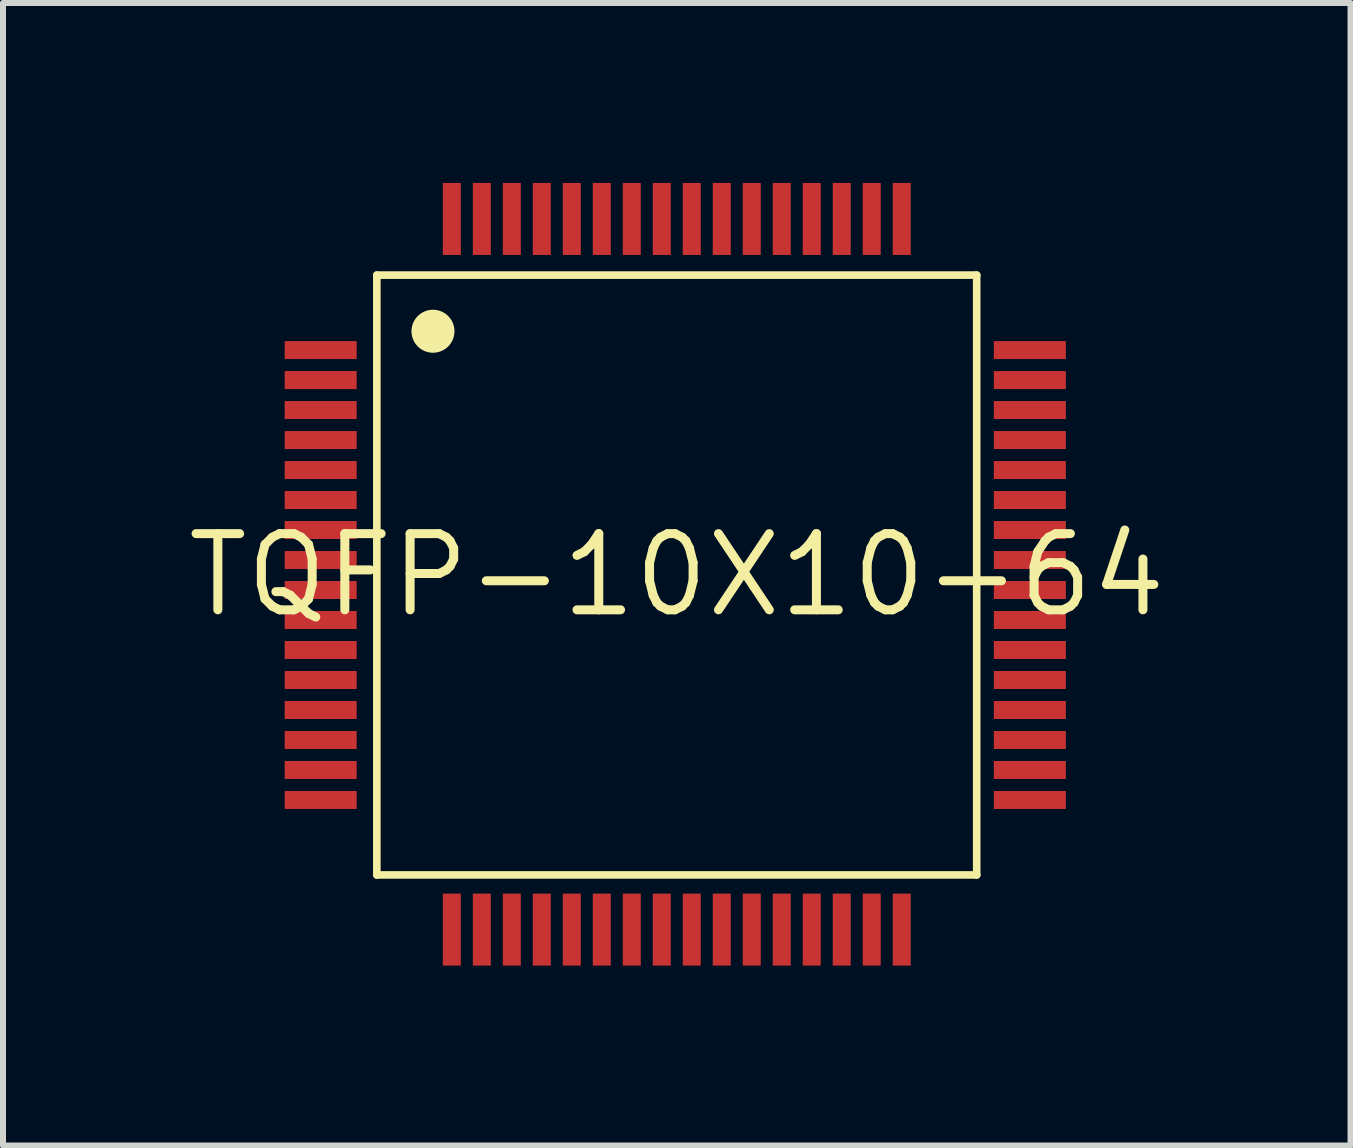
<source format=kicad_pcb>
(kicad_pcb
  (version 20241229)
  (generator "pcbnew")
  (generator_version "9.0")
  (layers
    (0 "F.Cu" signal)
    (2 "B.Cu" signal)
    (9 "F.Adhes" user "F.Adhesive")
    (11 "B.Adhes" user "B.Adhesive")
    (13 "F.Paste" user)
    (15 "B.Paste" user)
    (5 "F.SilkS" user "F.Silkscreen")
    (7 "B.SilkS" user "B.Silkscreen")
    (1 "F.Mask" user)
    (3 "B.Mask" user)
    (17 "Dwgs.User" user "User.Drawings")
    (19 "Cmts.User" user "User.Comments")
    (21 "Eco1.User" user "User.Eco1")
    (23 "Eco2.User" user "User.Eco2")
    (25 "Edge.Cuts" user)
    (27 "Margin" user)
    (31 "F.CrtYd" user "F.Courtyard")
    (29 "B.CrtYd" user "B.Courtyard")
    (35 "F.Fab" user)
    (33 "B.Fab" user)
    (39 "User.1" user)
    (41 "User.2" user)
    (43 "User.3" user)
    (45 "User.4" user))
  (footprint "TQFP-10X10-64"
    (layer "F.Cu")
    (at 8.232 6.536)
    (property "Reference" "TQFP-10X10-64" (at 0 0 0) (layer "F.SilkS") (effects (font (size 1.27 1.27) (thickness 0.15))))
    (fp_poly (pts (xy -5.336 -3.9) (xy -6.536 -3.9) (xy -6.536 -3.6) (xy -5.336 -3.6)) (stroke (width 0) (type default)) (fill yes) (layer "F.Mask"))
    (fp_poly (pts (xy -5.336 -3.4) (xy -6.536 -3.4) (xy -6.536 -3.1) (xy -5.336 -3.1)) (stroke (width 0) (type default)) (fill yes) (layer "F.Mask"))
    (fp_poly (pts (xy -5.336 -2.9) (xy -6.536 -2.9) (xy -6.536 -2.6) (xy -5.336 -2.6)) (stroke (width 0) (type default)) (fill yes) (layer "F.Mask"))
    (fp_poly (pts (xy -5.336 -2.4) (xy -6.536 -2.4) (xy -6.536 -2.1) (xy -5.336 -2.1)) (stroke (width 0) (type default)) (fill yes) (layer "F.Mask"))
    (fp_poly (pts (xy -5.336 -1.9) (xy -6.536 -1.9) (xy -6.536 -1.6) (xy -5.336 -1.6)) (stroke (width 0) (type default)) (fill yes) (layer "F.Mask"))
    (fp_poly (pts (xy -5.336 -1.4) (xy -6.536 -1.4) (xy -6.536 -1.1) (xy -5.336 -1.1)) (stroke (width 0) (type default)) (fill yes) (layer "F.Mask"))
    (fp_poly (pts (xy -5.336 -0.9) (xy -6.536 -0.9) (xy -6.536 -0.6) (xy -5.336 -0.6)) (stroke (width 0) (type default)) (fill yes) (layer "F.Mask"))
    (fp_poly (pts (xy -5.336 -0.4) (xy -6.536 -0.4) (xy -6.536 -0.1) (xy -5.336 -0.1)) (stroke (width 0) (type default)) (fill yes) (layer "F.Mask"))
    (fp_poly (pts (xy -5.336 0.1) (xy -6.536 0.1) (xy -6.536 0.4) (xy -5.336 0.4)) (stroke (width 0) (type default)) (fill yes) (layer "F.Mask"))
    (fp_poly (pts (xy -5.336 0.6) (xy -6.536 0.6) (xy -6.536 0.9) (xy -5.336 0.9)) (stroke (width 0) (type default)) (fill yes) (layer "F.Mask"))
    (fp_poly (pts (xy -5.336 1.1) (xy -6.536 1.1) (xy -6.536 1.4) (xy -5.336 1.4)) (stroke (width 0) (type default)) (fill yes) (layer "F.Mask"))
    (fp_poly (pts (xy -5.336 1.6) (xy -6.536 1.6) (xy -6.536 1.9) (xy -5.336 1.9)) (stroke (width 0) (type default)) (fill yes) (layer "F.Mask"))
    (fp_poly (pts (xy -5.336 2.1) (xy -6.536 2.1) (xy -6.536 2.4) (xy -5.336 2.4)) (stroke (width 0) (type default)) (fill yes) (layer "F.Mask"))
    (fp_poly (pts (xy -5.336 2.6) (xy -6.536 2.6) (xy -6.536 2.9) (xy -5.336 2.9)) (stroke (width 0) (type default)) (fill yes) (layer "F.Mask"))
    (fp_poly (pts (xy -5.336 3.1) (xy -6.536 3.1) (xy -6.536 3.4) (xy -5.336 3.4)) (stroke (width 0) (type default)) (fill yes) (layer "F.Mask"))
    (fp_poly (pts (xy -5.336 3.6) (xy -6.536 3.6) (xy -6.536 3.9) (xy -5.336 3.9)) (stroke (width 0) (type default)) (fill yes) (layer "F.Mask"))
    (fp_poly (pts (xy -3.9 5.311) (xy -3.6 5.311) (xy -3.6 6.511) (xy -3.9 6.511)) (stroke (width 0) (type default)) (fill yes) (layer "F.Mask"))
    (fp_poly (pts (xy -3.6 -5.336) (xy -3.9 -5.336) (xy -3.9 -6.536) (xy -3.6 -6.536)) (stroke (width 0) (type default)) (fill yes) (layer "F.Mask"))
    (fp_poly (pts (xy -3.4 5.311) (xy -3.1 5.311) (xy -3.1 6.511) (xy -3.4 6.511)) (stroke (width 0) (type default)) (fill yes) (layer "F.Mask"))
    (fp_poly (pts (xy -3.1 -5.336) (xy -3.4 -5.336) (xy -3.4 -6.536) (xy -3.1 -6.536)) (stroke (width 0) (type default)) (fill yes) (layer "F.Mask"))
    (fp_poly (pts (xy -2.9 5.311) (xy -2.6 5.311) (xy -2.6 6.511) (xy -2.9 6.511)) (stroke (width 0) (type default)) (fill yes) (layer "F.Mask"))
    (fp_poly (pts (xy -2.6 -5.336) (xy -2.9 -5.336) (xy -2.9 -6.536) (xy -2.6 -6.536)) (stroke (width 0) (type default)) (fill yes) (layer "F.Mask"))
    (fp_poly (pts (xy -2.4 5.311) (xy -2.1 5.311) (xy -2.1 6.511) (xy -2.4 6.511)) (stroke (width 0) (type default)) (fill yes) (layer "F.Mask"))
    (fp_poly (pts (xy -2.1 -5.336) (xy -2.4 -5.336) (xy -2.4 -6.536) (xy -2.1 -6.536)) (stroke (width 0) (type default)) (fill yes) (layer "F.Mask"))
    (fp_poly (pts (xy -1.9 5.311) (xy -1.6 5.311) (xy -1.6 6.511) (xy -1.9 6.511)) (stroke (width 0) (type default)) (fill yes) (layer "F.Mask"))
    (fp_poly (pts (xy -1.6 -5.336) (xy -1.9 -5.336) (xy -1.9 -6.536) (xy -1.6 -6.536)) (stroke (width 0) (type default)) (fill yes) (layer "F.Mask"))
    (fp_poly (pts (xy -1.4 5.311) (xy -1.1 5.311) (xy -1.1 6.511) (xy -1.4 6.511)) (stroke (width 0) (type default)) (fill yes) (layer "F.Mask"))
    (fp_poly (pts (xy -1.1 -5.336) (xy -1.4 -5.336) (xy -1.4 -6.536) (xy -1.1 -6.536)) (stroke (width 0) (type default)) (fill yes) (layer "F.Mask"))
    (fp_poly (pts (xy -0.9 5.311) (xy -0.6 5.311) (xy -0.6 6.511) (xy -0.9 6.511)) (stroke (width 0) (type default)) (fill yes) (layer "F.Mask"))
    (fp_poly (pts (xy -0.6 -5.336) (xy -0.9 -5.336) (xy -0.9 -6.536) (xy -0.6 -6.536)) (stroke (width 0) (type default)) (fill yes) (layer "F.Mask"))
    (fp_poly (pts (xy -0.4 5.311) (xy -0.1 5.311) (xy -0.1 6.511) (xy -0.4 6.511)) (stroke (width 0) (type default)) (fill yes) (layer "F.Mask"))
    (fp_poly (pts (xy -0.1 -5.336) (xy -0.4 -5.336) (xy -0.4 -6.536) (xy -0.1 -6.536)) (stroke (width 0) (type default)) (fill yes) (layer "F.Mask"))
    (fp_poly (pts (xy 0.1 5.311) (xy 0.4 5.311) (xy 0.4 6.511) (xy 0.1 6.511)) (stroke (width 0) (type default)) (fill yes) (layer "F.Mask"))
    (fp_poly (pts (xy 0.4 -5.336) (xy 0.1 -5.336) (xy 0.1 -6.536) (xy 0.4 -6.536)) (stroke (width 0) (type default)) (fill yes) (layer "F.Mask"))
    (fp_poly (pts (xy 0.6 5.311) (xy 0.9 5.311) (xy 0.9 6.511) (xy 0.6 6.511)) (stroke (width 0) (type default)) (fill yes) (layer "F.Mask"))
    (fp_poly (pts (xy 0.9 -5.336) (xy 0.6 -5.336) (xy 0.6 -6.536) (xy 0.9 -6.536)) (stroke (width 0) (type default)) (fill yes) (layer "F.Mask"))
    (fp_poly (pts (xy 1.1 5.311) (xy 1.4 5.311) (xy 1.4 6.511) (xy 1.1 6.511)) (stroke (width 0) (type default)) (fill yes) (layer "F.Mask"))
    (fp_poly (pts (xy 1.4 -5.336) (xy 1.1 -5.336) (xy 1.1 -6.536) (xy 1.4 -6.536)) (stroke (width 0) (type default)) (fill yes) (layer "F.Mask"))
    (fp_poly (pts (xy 1.6 5.311) (xy 1.9 5.311) (xy 1.9 6.511) (xy 1.6 6.511)) (stroke (width 0) (type default)) (fill yes) (layer "F.Mask"))
    (fp_poly (pts (xy 1.9 -5.336) (xy 1.6 -5.336) (xy 1.6 -6.536) (xy 1.9 -6.536)) (stroke (width 0) (type default)) (fill yes) (layer "F.Mask"))
    (fp_poly (pts (xy 2.1 5.311) (xy 2.4 5.311) (xy 2.4 6.511) (xy 2.1 6.511)) (stroke (width 0) (type default)) (fill yes) (layer "F.Mask"))
    (fp_poly (pts (xy 2.4 -5.336) (xy 2.1 -5.336) (xy 2.1 -6.536) (xy 2.4 -6.536)) (stroke (width 0) (type default)) (fill yes) (layer "F.Mask"))
    (fp_poly (pts (xy 2.6 5.311) (xy 2.9 5.311) (xy 2.9 6.511) (xy 2.6 6.511)) (stroke (width 0) (type default)) (fill yes) (layer "F.Mask"))
    (fp_poly (pts (xy 2.9 -5.336) (xy 2.6 -5.336) (xy 2.6 -6.536) (xy 2.9 -6.536)) (stroke (width 0) (type default)) (fill yes) (layer "F.Mask"))
    (fp_poly (pts (xy 3.1 5.311) (xy 3.4 5.311) (xy 3.4 6.511) (xy 3.1 6.511)) (stroke (width 0) (type default)) (fill yes) (layer "F.Mask"))
    (fp_poly (pts (xy 3.4 -5.336) (xy 3.1 -5.336) (xy 3.1 -6.536) (xy 3.4 -6.536)) (stroke (width 0) (type default)) (fill yes) (layer "F.Mask"))
    (fp_poly (pts (xy 3.6 5.311) (xy 3.9 5.311) (xy 3.9 6.511) (xy 3.6 6.511)) (stroke (width 0) (type default)) (fill yes) (layer "F.Mask"))
    (fp_poly (pts (xy 3.9 -5.336) (xy 3.6 -5.336) (xy 3.6 -6.536) (xy 3.9 -6.536)) (stroke (width 0) (type default)) (fill yes) (layer "F.Mask"))
    (fp_poly (pts (xy 5.286 -3.6) (xy 6.486 -3.6) (xy 6.486 -3.9) (xy 5.286 -3.9)) (stroke (width 0) (type default)) (fill yes) (layer "F.Mask"))
    (fp_poly (pts (xy 5.286 -3.1) (xy 6.486 -3.1) (xy 6.486 -3.4) (xy 5.286 -3.4)) (stroke (width 0) (type default)) (fill yes) (layer "F.Mask"))
    (fp_poly (pts (xy 5.286 -2.6) (xy 6.486 -2.6) (xy 6.486 -2.9) (xy 5.286 -2.9)) (stroke (width 0) (type default)) (fill yes) (layer "F.Mask"))
    (fp_poly (pts (xy 5.286 -2.1) (xy 6.486 -2.1) (xy 6.486 -2.4) (xy 5.286 -2.4)) (stroke (width 0) (type default)) (fill yes) (layer "F.Mask"))
    (fp_poly (pts (xy 5.286 -1.6) (xy 6.486 -1.6) (xy 6.486 -1.9) (xy 5.286 -1.9)) (stroke (width 0) (type default)) (fill yes) (layer "F.Mask"))
    (fp_poly (pts (xy 5.286 -1.1) (xy 6.486 -1.1) (xy 6.486 -1.4) (xy 5.286 -1.4)) (stroke (width 0) (type default)) (fill yes) (layer "F.Mask"))
    (fp_poly (pts (xy 5.286 -0.6) (xy 6.486 -0.6) (xy 6.486 -0.9) (xy 5.286 -0.9)) (stroke (width 0) (type default)) (fill yes) (layer "F.Mask"))
    (fp_poly (pts (xy 5.286 -0.1) (xy 6.486 -0.1) (xy 6.486 -0.4) (xy 5.286 -0.4)) (stroke (width 0) (type default)) (fill yes) (layer "F.Mask"))
    (fp_poly (pts (xy 5.286 0.4) (xy 6.486 0.4) (xy 6.486 0.1) (xy 5.286 0.1)) (stroke (width 0) (type default)) (fill yes) (layer "F.Mask"))
    (fp_poly (pts (xy 5.286 0.9) (xy 6.486 0.9) (xy 6.486 0.6) (xy 5.286 0.6)) (stroke (width 0) (type default)) (fill yes) (layer "F.Mask"))
    (fp_poly (pts (xy 5.286 1.4) (xy 6.486 1.4) (xy 6.486 1.1) (xy 5.286 1.1)) (stroke (width 0) (type default)) (fill yes) (layer "F.Mask"))
    (fp_poly (pts (xy 5.286 1.9) (xy 6.486 1.9) (xy 6.486 1.6) (xy 5.286 1.6)) (stroke (width 0) (type default)) (fill yes) (layer "F.Mask"))
    (fp_poly (pts (xy 5.286 2.4) (xy 6.486 2.4) (xy 6.486 2.1) (xy 5.286 2.1)) (stroke (width 0) (type default)) (fill yes) (layer "F.Mask"))
    (fp_poly (pts (xy 5.286 2.9) (xy 6.486 2.9) (xy 6.486 2.6) (xy 5.286 2.6)) (stroke (width 0) (type default)) (fill yes) (layer "F.Mask"))
    (fp_poly (pts (xy 5.286 3.4) (xy 6.486 3.4) (xy 6.486 3.1) (xy 5.286 3.1)) (stroke (width 0) (type default)) (fill yes) (layer "F.Mask"))
    (fp_poly (pts (xy 5.286 3.9) (xy 6.486 3.9) (xy 6.486 3.6) (xy 5.286 3.6)) (stroke (width 0) (type default)) (fill yes) (layer "F.Mask"))
    (fp_line (start -5 -5) (end -5 5) (stroke (width 0.127) (type solid)) (layer "F.SilkS"))
    (fp_line (start -5 5) (end 5 5) (stroke (width 0.127) (type solid)) (layer "F.SilkS"))
    (fp_line (start 5 -5) (end -5 -5) (stroke (width 0.127) (type solid)) (layer "F.SilkS"))
    (fp_line (start 5 5) (end 5 -5) (stroke (width 0.127) (type solid)) (layer "F.SilkS"))
    (fp_circle (center -4.064 -4.064) (end -3.885 -4.064) (stroke (width 0.359) (type solid)) (fill yes) (layer "F.SilkS"))
    (fp_poly (pts (xy -5.336 -3.9) (xy -6.536 -3.9) (xy -6.536 -3.6) (xy -5.336 -3.6)) (stroke (width 0) (type default)) (fill yes) (layer "F.Paste"))
    (fp_poly (pts (xy -5.336 -3.4) (xy -6.536 -3.4) (xy -6.536 -3.1) (xy -5.336 -3.1)) (stroke (width 0) (type default)) (fill yes) (layer "F.Paste"))
    (fp_poly (pts (xy -5.336 -2.9) (xy -6.536 -2.9) (xy -6.536 -2.6) (xy -5.336 -2.6)) (stroke (width 0) (type default)) (fill yes) (layer "F.Paste"))
    (fp_poly (pts (xy -5.336 -2.4) (xy -6.536 -2.4) (xy -6.536 -2.1) (xy -5.336 -2.1)) (stroke (width 0) (type default)) (fill yes) (layer "F.Paste"))
    (fp_poly (pts (xy -5.336 -1.9) (xy -6.536 -1.9) (xy -6.536 -1.6) (xy -5.336 -1.6)) (stroke (width 0) (type default)) (fill yes) (layer "F.Paste"))
    (fp_poly (pts (xy -5.336 -1.4) (xy -6.536 -1.4) (xy -6.536 -1.1) (xy -5.336 -1.1)) (stroke (width 0) (type default)) (fill yes) (layer "F.Paste"))
    (fp_poly (pts (xy -5.336 -0.9) (xy -6.536 -0.9) (xy -6.536 -0.6) (xy -5.336 -0.6)) (stroke (width 0) (type default)) (fill yes) (layer "F.Paste"))
    (fp_poly (pts (xy -5.336 -0.4) (xy -6.536 -0.4) (xy -6.536 -0.1) (xy -5.336 -0.1)) (stroke (width 0) (type default)) (fill yes) (layer "F.Paste"))
    (fp_poly (pts (xy -5.336 0.1) (xy -6.536 0.1) (xy -6.536 0.4) (xy -5.336 0.4)) (stroke (width 0) (type default)) (fill yes) (layer "F.Paste"))
    (fp_poly (pts (xy -5.336 0.6) (xy -6.536 0.6) (xy -6.536 0.9) (xy -5.336 0.9)) (stroke (width 0) (type default)) (fill yes) (layer "F.Paste"))
    (fp_poly (pts (xy -5.336 1.1) (xy -6.536 1.1) (xy -6.536 1.4) (xy -5.336 1.4)) (stroke (width 0) (type default)) (fill yes) (layer "F.Paste"))
    (fp_poly (pts (xy -5.336 1.6) (xy -6.536 1.6) (xy -6.536 1.9) (xy -5.336 1.9)) (stroke (width 0) (type default)) (fill yes) (layer "F.Paste"))
    (fp_poly (pts (xy -5.336 2.1) (xy -6.536 2.1) (xy -6.536 2.4) (xy -5.336 2.4)) (stroke (width 0) (type default)) (fill yes) (layer "F.Paste"))
    (fp_poly (pts (xy -5.336 2.6) (xy -6.536 2.6) (xy -6.536 2.9) (xy -5.336 2.9)) (stroke (width 0) (type default)) (fill yes) (layer "F.Paste"))
    (fp_poly (pts (xy -5.336 3.1) (xy -6.536 3.1) (xy -6.536 3.4) (xy -5.336 3.4)) (stroke (width 0) (type default)) (fill yes) (layer "F.Paste"))
    (fp_poly (pts (xy -5.336 3.6) (xy -6.536 3.6) (xy -6.536 3.9) (xy -5.336 3.9)) (stroke (width 0) (type default)) (fill yes) (layer "F.Paste"))
    (fp_poly (pts (xy -3.9 5.311) (xy -3.6 5.311) (xy -3.6 6.511) (xy -3.9 6.511)) (stroke (width 0) (type default)) (fill yes) (layer "F.Paste"))
    (fp_poly (pts (xy -3.6 -5.336) (xy -3.9 -5.336) (xy -3.9 -6.536) (xy -3.6 -6.536)) (stroke (width 0) (type default)) (fill yes) (layer "F.Paste"))
    (fp_poly (pts (xy -3.4 5.311) (xy -3.1 5.311) (xy -3.1 6.511) (xy -3.4 6.511)) (stroke (width 0) (type default)) (fill yes) (layer "F.Paste"))
    (fp_poly (pts (xy -3.1 -5.336) (xy -3.4 -5.336) (xy -3.4 -6.536) (xy -3.1 -6.536)) (stroke (width 0) (type default)) (fill yes) (layer "F.Paste"))
    (fp_poly (pts (xy -2.9 5.311) (xy -2.6 5.311) (xy -2.6 6.511) (xy -2.9 6.511)) (stroke (width 0) (type default)) (fill yes) (layer "F.Paste"))
    (fp_poly (pts (xy -2.6 -5.336) (xy -2.9 -5.336) (xy -2.9 -6.536) (xy -2.6 -6.536)) (stroke (width 0) (type default)) (fill yes) (layer "F.Paste"))
    (fp_poly (pts (xy -2.4 5.311) (xy -2.1 5.311) (xy -2.1 6.511) (xy -2.4 6.511)) (stroke (width 0) (type default)) (fill yes) (layer "F.Paste"))
    (fp_poly (pts (xy -2.1 -5.336) (xy -2.4 -5.336) (xy -2.4 -6.536) (xy -2.1 -6.536)) (stroke (width 0) (type default)) (fill yes) (layer "F.Paste"))
    (fp_poly (pts (xy -1.9 5.311) (xy -1.6 5.311) (xy -1.6 6.511) (xy -1.9 6.511)) (stroke (width 0) (type default)) (fill yes) (layer "F.Paste"))
    (fp_poly (pts (xy -1.6 -5.336) (xy -1.9 -5.336) (xy -1.9 -6.536) (xy -1.6 -6.536)) (stroke (width 0) (type default)) (fill yes) (layer "F.Paste"))
    (fp_poly (pts (xy -1.4 5.311) (xy -1.1 5.311) (xy -1.1 6.511) (xy -1.4 6.511)) (stroke (width 0) (type default)) (fill yes) (layer "F.Paste"))
    (fp_poly (pts (xy -1.1 -5.336) (xy -1.4 -5.336) (xy -1.4 -6.536) (xy -1.1 -6.536)) (stroke (width 0) (type default)) (fill yes) (layer "F.Paste"))
    (fp_poly (pts (xy -0.9 5.311) (xy -0.6 5.311) (xy -0.6 6.511) (xy -0.9 6.511)) (stroke (width 0) (type default)) (fill yes) (layer "F.Paste"))
    (fp_poly (pts (xy -0.6 -5.336) (xy -0.9 -5.336) (xy -0.9 -6.536) (xy -0.6 -6.536)) (stroke (width 0) (type default)) (fill yes) (layer "F.Paste"))
    (fp_poly (pts (xy -0.4 5.311) (xy -0.1 5.311) (xy -0.1 6.511) (xy -0.4 6.511)) (stroke (width 0) (type default)) (fill yes) (layer "F.Paste"))
    (fp_poly (pts (xy -0.1 -5.336) (xy -0.4 -5.336) (xy -0.4 -6.536) (xy -0.1 -6.536)) (stroke (width 0) (type default)) (fill yes) (layer "F.Paste"))
    (fp_poly (pts (xy 0.1 5.311) (xy 0.4 5.311) (xy 0.4 6.511) (xy 0.1 6.511)) (stroke (width 0) (type default)) (fill yes) (layer "F.Paste"))
    (fp_poly (pts (xy 0.4 -5.336) (xy 0.1 -5.336) (xy 0.1 -6.536) (xy 0.4 -6.536)) (stroke (width 0) (type default)) (fill yes) (layer "F.Paste"))
    (fp_poly (pts (xy 0.6 5.311) (xy 0.9 5.311) (xy 0.9 6.511) (xy 0.6 6.511)) (stroke (width 0) (type default)) (fill yes) (layer "F.Paste"))
    (fp_poly (pts (xy 0.9 -5.336) (xy 0.6 -5.336) (xy 0.6 -6.536) (xy 0.9 -6.536)) (stroke (width 0) (type default)) (fill yes) (layer "F.Paste"))
    (fp_poly (pts (xy 1.1 5.311) (xy 1.4 5.311) (xy 1.4 6.511) (xy 1.1 6.511)) (stroke (width 0) (type default)) (fill yes) (layer "F.Paste"))
    (fp_poly (pts (xy 1.4 -5.336) (xy 1.1 -5.336) (xy 1.1 -6.536) (xy 1.4 -6.536)) (stroke (width 0) (type default)) (fill yes) (layer "F.Paste"))
    (fp_poly (pts (xy 1.6 5.311) (xy 1.9 5.311) (xy 1.9 6.511) (xy 1.6 6.511)) (stroke (width 0) (type default)) (fill yes) (layer "F.Paste"))
    (fp_poly (pts (xy 1.9 -5.336) (xy 1.6 -5.336) (xy 1.6 -6.536) (xy 1.9 -6.536)) (stroke (width 0) (type default)) (fill yes) (layer "F.Paste"))
    (fp_poly (pts (xy 2.1 5.311) (xy 2.4 5.311) (xy 2.4 6.511) (xy 2.1 6.511)) (stroke (width 0) (type default)) (fill yes) (layer "F.Paste"))
    (fp_poly (pts (xy 2.4 -5.336) (xy 2.1 -5.336) (xy 2.1 -6.536) (xy 2.4 -6.536)) (stroke (width 0) (type default)) (fill yes) (layer "F.Paste"))
    (fp_poly (pts (xy 2.6 5.311) (xy 2.9 5.311) (xy 2.9 6.511) (xy 2.6 6.511)) (stroke (width 0) (type default)) (fill yes) (layer "F.Paste"))
    (fp_poly (pts (xy 2.9 -5.336) (xy 2.6 -5.336) (xy 2.6 -6.536) (xy 2.9 -6.536)) (stroke (width 0) (type default)) (fill yes) (layer "F.Paste"))
    (fp_poly (pts (xy 3.1 5.311) (xy 3.4 5.311) (xy 3.4 6.511) (xy 3.1 6.511)) (stroke (width 0) (type default)) (fill yes) (layer "F.Paste"))
    (fp_poly (pts (xy 3.4 -5.336) (xy 3.1 -5.336) (xy 3.1 -6.536) (xy 3.4 -6.536)) (stroke (width 0) (type default)) (fill yes) (layer "F.Paste"))
    (fp_poly (pts (xy 3.6 5.311) (xy 3.9 5.311) (xy 3.9 6.511) (xy 3.6 6.511)) (stroke (width 0) (type default)) (fill yes) (layer "F.Paste"))
    (fp_poly (pts (xy 3.9 -5.336) (xy 3.6 -5.336) (xy 3.6 -6.536) (xy 3.9 -6.536)) (stroke (width 0) (type default)) (fill yes) (layer "F.Paste"))
    (fp_poly (pts (xy 5.286 -3.6) (xy 6.486 -3.6) (xy 6.486 -3.9) (xy 5.286 -3.9)) (stroke (width 0) (type default)) (fill yes) (layer "F.Paste"))
    (fp_poly (pts (xy 5.286 -3.1) (xy 6.486 -3.1) (xy 6.486 -3.4) (xy 5.286 -3.4)) (stroke (width 0) (type default)) (fill yes) (layer "F.Paste"))
    (fp_poly (pts (xy 5.286 -2.6) (xy 6.486 -2.6) (xy 6.486 -2.9) (xy 5.286 -2.9)) (stroke (width 0) (type default)) (fill yes) (layer "F.Paste"))
    (fp_poly (pts (xy 5.286 -2.1) (xy 6.486 -2.1) (xy 6.486 -2.4) (xy 5.286 -2.4)) (stroke (width 0) (type default)) (fill yes) (layer "F.Paste"))
    (fp_poly (pts (xy 5.286 -1.6) (xy 6.486 -1.6) (xy 6.486 -1.9) (xy 5.286 -1.9)) (stroke (width 0) (type default)) (fill yes) (layer "F.Paste"))
    (fp_poly (pts (xy 5.286 -1.1) (xy 6.486 -1.1) (xy 6.486 -1.4) (xy 5.286 -1.4)) (stroke (width 0) (type default)) (fill yes) (layer "F.Paste"))
    (fp_poly (pts (xy 5.286 -0.6) (xy 6.486 -0.6) (xy 6.486 -0.9) (xy 5.286 -0.9)) (stroke (width 0) (type default)) (fill yes) (layer "F.Paste"))
    (fp_poly (pts (xy 5.286 -0.1) (xy 6.486 -0.1) (xy 6.486 -0.4) (xy 5.286 -0.4)) (stroke (width 0) (type default)) (fill yes) (layer "F.Paste"))
    (fp_poly (pts (xy 5.286 0.4) (xy 6.486 0.4) (xy 6.486 0.1) (xy 5.286 0.1)) (stroke (width 0) (type default)) (fill yes) (layer "F.Paste"))
    (fp_poly (pts (xy 5.286 0.9) (xy 6.486 0.9) (xy 6.486 0.6) (xy 5.286 0.6)) (stroke (width 0) (type default)) (fill yes) (layer "F.Paste"))
    (fp_poly (pts (xy 5.286 1.4) (xy 6.486 1.4) (xy 6.486 1.1) (xy 5.286 1.1)) (stroke (width 0) (type default)) (fill yes) (layer "F.Paste"))
    (fp_poly (pts (xy 5.286 1.9) (xy 6.486 1.9) (xy 6.486 1.6) (xy 5.286 1.6)) (stroke (width 0) (type default)) (fill yes) (layer "F.Paste"))
    (fp_poly (pts (xy 5.286 2.4) (xy 6.486 2.4) (xy 6.486 2.1) (xy 5.286 2.1)) (stroke (width 0) (type default)) (fill yes) (layer "F.Paste"))
    (fp_poly (pts (xy 5.286 2.9) (xy 6.486 2.9) (xy 6.486 2.6) (xy 5.286 2.6)) (stroke (width 0) (type default)) (fill yes) (layer "F.Paste"))
    (fp_poly (pts (xy 5.286 3.4) (xy 6.486 3.4) (xy 6.486 3.1) (xy 5.286 3.1)) (stroke (width 0) (type default)) (fill yes) (layer "F.Paste"))
    (fp_poly (pts (xy 5.286 3.9) (xy 6.486 3.9) (xy 6.486 3.6) (xy 5.286 3.6)) (stroke (width 0) (type default)) (fill yes) (layer "F.Paste"))
    (pad "1" smd rect (at -5.936 -3.75 270) (size 0.3 1.2) (layers "F.Cu"))
    (pad "2" smd rect (at -5.936 -3.25 270) (size 0.3 1.2) (layers "F.Cu"))
    (pad "3" smd rect (at -5.936 -2.75 270) (size 0.3 1.2) (layers "F.Cu"))
    (pad "4" smd rect (at -5.936 -2.25 270) (size 0.3 1.2) (layers "F.Cu"))
    (pad "5" smd rect (at -5.936 -1.75 270) (size 0.3 1.2) (layers "F.Cu"))
    (pad "6" smd rect (at -5.936 -1.25 270) (size 0.3 1.2) (layers "F.Cu"))
    (pad "7" smd rect (at -5.936 -0.75 270) (size 0.3 1.2) (layers "F.Cu"))
    (pad "8" smd rect (at -5.936 -0.25 270) (size 0.3 1.2) (layers "F.Cu"))
    (pad "9" smd rect (at -5.936 0.25 270) (size 0.3 1.2) (layers "F.Cu"))
    (pad "10" smd rect (at -5.936 0.75 270) (size 0.3 1.2) (layers "F.Cu"))
    (pad "11" smd rect (at -5.936 1.25 270) (size 0.3 1.2) (layers "F.Cu"))
    (pad "12" smd rect (at -5.936 1.75 270) (size 0.3 1.2) (layers "F.Cu"))
    (pad "13" smd rect (at -5.936 2.25 270) (size 0.3 1.2) (layers "F.Cu"))
    (pad "14" smd rect (at -5.936 2.75 270) (size 0.3 1.2) (layers "F.Cu"))
    (pad "15" smd rect (at -5.936 3.25 270) (size 0.3 1.2) (layers "F.Cu"))
    (pad "16" smd rect (at -5.936 3.75 270) (size 0.3 1.2) (layers "F.Cu"))
    (pad "17" smd rect (at -3.75 5.911) (size 0.3 1.2) (layers "F.Cu"))
    (pad "18" smd rect (at -3.25 5.911) (size 0.3 1.2) (layers "F.Cu"))
    (pad "19" smd rect (at -2.75 5.911) (size 0.3 1.2) (layers "F.Cu"))
    (pad "20" smd rect (at -2.25 5.911) (size 0.3 1.2) (layers "F.Cu"))
    (pad "21" smd rect (at -1.75 5.911) (size 0.3 1.2) (layers "F.Cu"))
    (pad "22" smd rect (at -1.25 5.911) (size 0.3 1.2) (layers "F.Cu"))
    (pad "23" smd rect (at -0.75 5.911) (size 0.3 1.2) (layers "F.Cu"))
    (pad "24" smd rect (at -0.25 5.911) (size 0.3 1.2) (layers "F.Cu"))
    (pad "25" smd rect (at 0.25 5.911) (size 0.3 1.2) (layers "F.Cu"))
    (pad "26" smd rect (at 0.75 5.911) (size 0.3 1.2) (layers "F.Cu"))
    (pad "27" smd rect (at 1.25 5.911) (size 0.3 1.2) (layers "F.Cu"))
    (pad "28" smd rect (at 1.75 5.911) (size 0.3 1.2) (layers "F.Cu"))
    (pad "29" smd rect (at 2.25 5.911) (size 0.3 1.2) (layers "F.Cu"))
    (pad "30" smd rect (at 2.75 5.911) (size 0.3 1.2) (layers "F.Cu"))
    (pad "31" smd rect (at 3.25 5.911) (size 0.3 1.2) (layers "F.Cu"))
    (pad "32" smd rect (at 3.75 5.911) (size 0.3 1.2) (layers "F.Cu"))
    (pad "33" smd rect (at 5.886 3.75 90) (size 0.3 1.2) (layers "F.Cu"))
    (pad "34" smd rect (at 5.886 3.25 90) (size 0.3 1.2) (layers "F.Cu"))
    (pad "35" smd rect (at 5.886 2.75 90) (size 0.3 1.2) (layers "F.Cu"))
    (pad "36" smd rect (at 5.886 2.25 90) (size 0.3 1.2) (layers "F.Cu"))
    (pad "37" smd rect (at 5.886 1.75 90) (size 0.3 1.2) (layers "F.Cu"))
    (pad "38" smd rect (at 5.886 1.25 90) (size 0.3 1.2) (layers "F.Cu"))
    (pad "39" smd rect (at 5.886 0.75 90) (size 0.3 1.2) (layers "F.Cu"))
    (pad "40" smd rect (at 5.886 0.25 90) (size 0.3 1.2) (layers "F.Cu"))
    (pad "41" smd rect (at 5.886 -0.25 90) (size 0.3 1.2) (layers "F.Cu"))
    (pad "42" smd rect (at 5.886 -0.75 90) (size 0.3 1.2) (layers "F.Cu"))
    (pad "43" smd rect (at 5.886 -1.25 90) (size 0.3 1.2) (layers "F.Cu"))
    (pad "44" smd rect (at 5.886 -1.75 90) (size 0.3 1.2) (layers "F.Cu"))
    (pad "45" smd rect (at 5.886 -2.25 90) (size 0.3 1.2) (layers "F.Cu"))
    (pad "46" smd rect (at 5.886 -2.75 90) (size 0.3 1.2) (layers "F.Cu"))
    (pad "47" smd rect (at 5.886 -3.25 90) (size 0.3 1.2) (layers "F.Cu"))
    (pad "48" smd rect (at 5.886 -3.75 90) (size 0.3 1.2) (layers "F.Cu"))
    (pad "49" smd rect (at 3.75 -5.936 180) (size 0.3 1.2) (layers "F.Cu"))
    (pad "50" smd rect (at 3.25 -5.936 180) (size 0.3 1.2) (layers "F.Cu"))
    (pad "51" smd rect (at 2.75 -5.936 180) (size 0.3 1.2) (layers "F.Cu"))
    (pad "52" smd rect (at 2.25 -5.936 180) (size 0.3 1.2) (layers "F.Cu"))
    (pad "53" smd rect (at 1.75 -5.936 180) (size 0.3 1.2) (layers "F.Cu"))
    (pad "54" smd rect (at 1.25 -5.936 180) (size 0.3 1.2) (layers "F.Cu"))
    (pad "55" smd rect (at 0.75 -5.936 180) (size 0.3 1.2) (layers "F.Cu"))
    (pad "56" smd rect (at 0.25 -5.936 180) (size 0.3 1.2) (layers "F.Cu"))
    (pad "57" smd rect (at -0.25 -5.936 180) (size 0.3 1.2) (layers "F.Cu"))
    (pad "58" smd rect (at -0.75 -5.936 180) (size 0.3 1.2) (layers "F.Cu"))
    (pad "59" smd rect (at -1.25 -5.936 180) (size 0.3 1.2) (layers "F.Cu"))
    (pad "60" smd rect (at -1.75 -5.936 180) (size 0.3 1.2) (layers "F.Cu"))
    (pad "61" smd rect (at -2.25 -5.936 180) (size 0.3 1.2) (layers "F.Cu"))
    (pad "62" smd rect (at -2.75 -5.936 180) (size 0.3 1.2) (layers "F.Cu"))
    (pad "63" smd rect (at -3.25 -5.936 180) (size 0.3 1.2) (layers "F.Cu"))
    (pad "64" smd rect (at -3.75 -5.936 180) (size 0.3 1.2) (layers "F.Cu")))
  (gr_rect
    (start -3 -3)
    (end 19.464 16.047)
    (stroke (width 0.1) (type default))
    (fill no)
    (layer "Edge.Cuts")))
</source>
